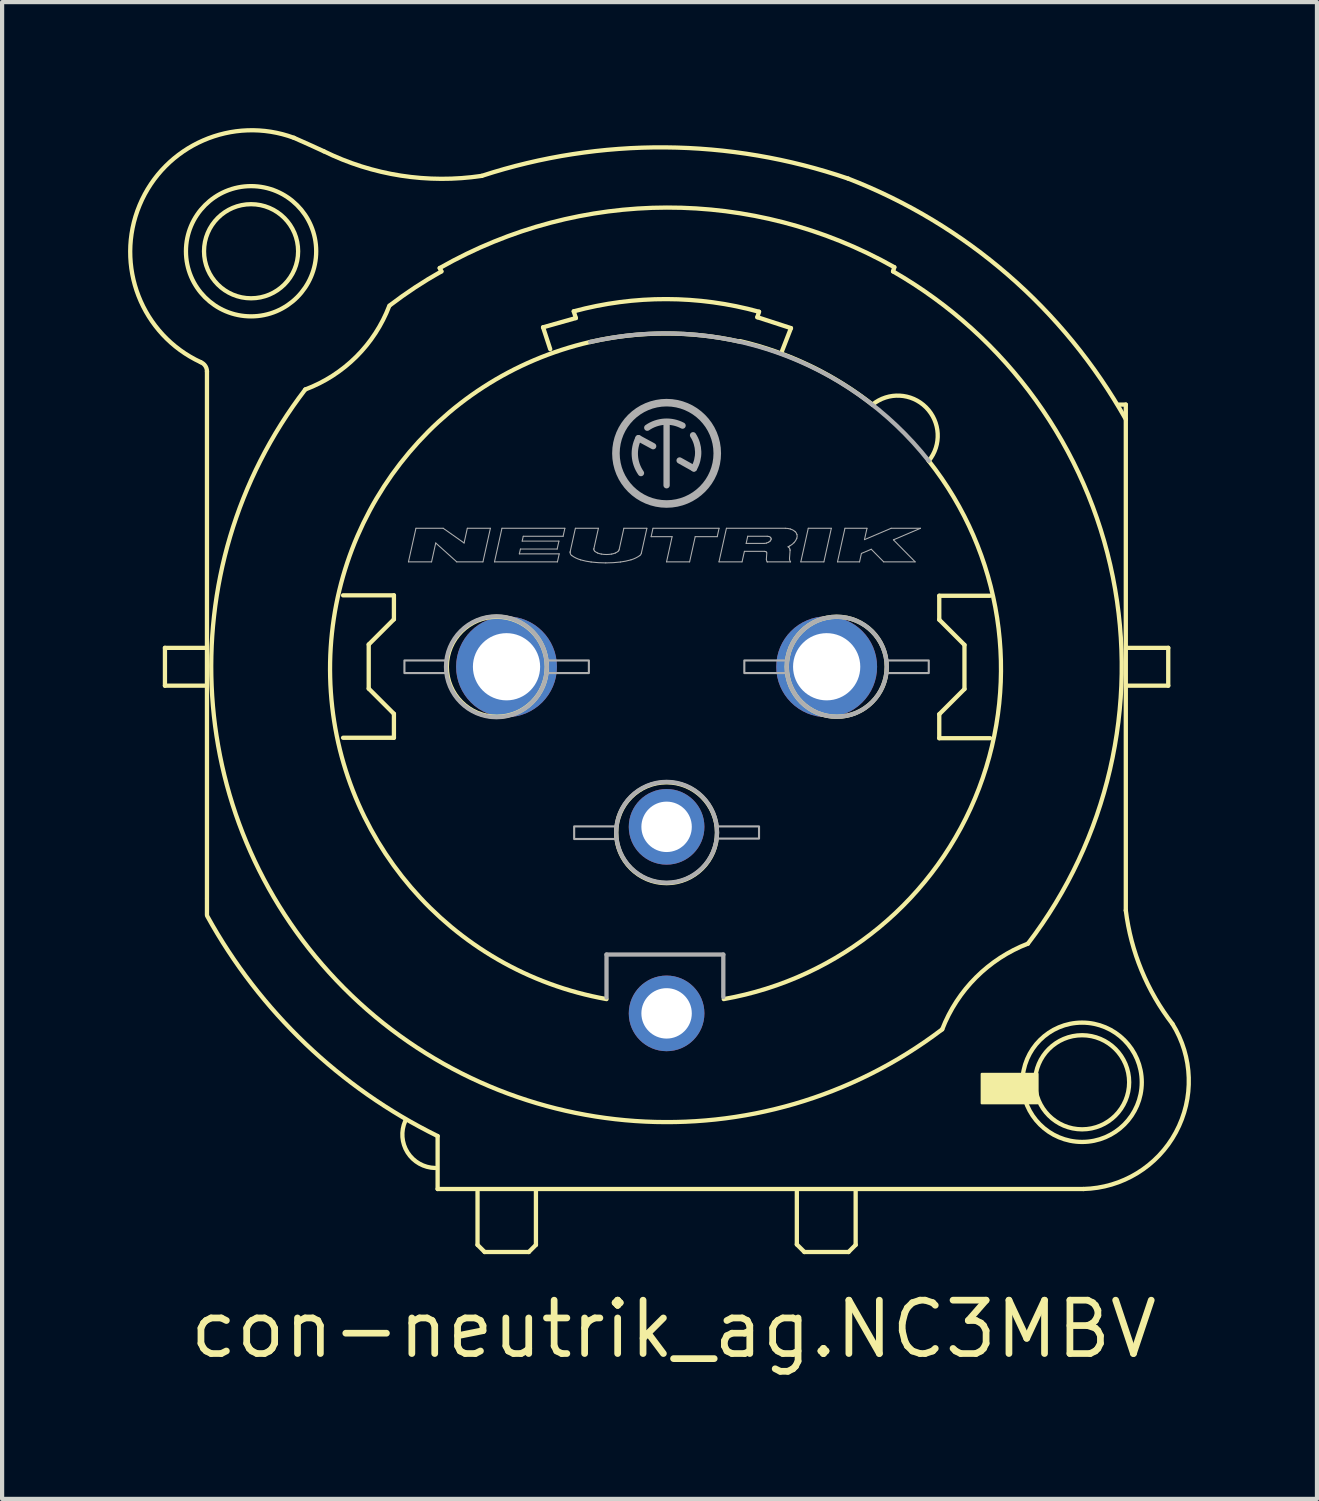
<source format=kicad_pcb>
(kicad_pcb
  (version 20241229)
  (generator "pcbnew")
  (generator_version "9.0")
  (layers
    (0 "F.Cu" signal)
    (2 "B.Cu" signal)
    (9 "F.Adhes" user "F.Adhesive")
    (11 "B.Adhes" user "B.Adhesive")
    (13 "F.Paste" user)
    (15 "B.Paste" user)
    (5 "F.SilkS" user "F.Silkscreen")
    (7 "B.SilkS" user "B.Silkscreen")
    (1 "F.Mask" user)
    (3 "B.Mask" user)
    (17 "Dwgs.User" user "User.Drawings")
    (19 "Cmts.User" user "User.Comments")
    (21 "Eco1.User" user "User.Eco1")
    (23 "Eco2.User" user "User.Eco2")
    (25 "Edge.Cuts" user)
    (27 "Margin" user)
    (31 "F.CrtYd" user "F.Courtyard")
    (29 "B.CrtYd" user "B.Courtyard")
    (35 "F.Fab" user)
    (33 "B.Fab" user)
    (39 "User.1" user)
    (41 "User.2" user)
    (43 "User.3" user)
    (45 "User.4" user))
  (footprint "con-neutrik_ag.NC3MBV"
    (layer "F.Cu")
    (at 12.816 12.82)
    (property "Reference" "con-neutrik_ag.NC3MBV" (at -11.43 16.51 0) (layer "F.SilkS") (effects (font (size 1.27 1.27) (thickness 0.16)) (justify left bottom)))
    (attr through_hole)
    (fp_line (start -11.94 -0.45) (end -11.94 0.45) (stroke (width 0.102) (type default)) (layer "F.SilkS"))
    (fp_line (start -11.94 0.45) (end -10.99 0.45) (stroke (width 0.102) (type default)) (layer "F.SilkS"))
    (fp_line (start -10.99 -0.45) (end -11.94 -0.45) (stroke (width 0.102) (type default)) (layer "F.SilkS"))
    (fp_line (start -10.94 5.5) (end -10.94 -7.03) (stroke (width 0.102) (type default)) (layer "F.SilkS"))
    (fp_line (start -10.94 5.91) (end -10.94 5.52) (stroke (width 0.102) (type default)) (layer "F.SilkS"))
    (fp_line (start -7.7 -1.7) (end -6.49 -1.7) (stroke (width 0.102) (type default)) (layer "F.SilkS"))
    (fp_line (start -7.09 -0.53) (end -7.09 0.52) (stroke (width 0.102) (type default)) (layer "F.SilkS"))
    (fp_line (start -7.09 0.52) (end -6.49 1.12) (stroke (width 0.102) (type default)) (layer "F.SilkS"))
    (fp_line (start -6.49 -1.7) (end -6.49 -1.13) (stroke (width 0.102) (type default)) (layer "F.SilkS"))
    (fp_line (start -6.49 -1.13) (end -7.09 -0.53) (stroke (width 0.102) (type default)) (layer "F.SilkS"))
    (fp_line (start -6.49 1.12) (end -6.49 1.69) (stroke (width 0.102) (type default)) (layer "F.SilkS"))
    (fp_line (start -6.49 1.69) (end -7.7 1.69) (stroke (width 0.102) (type default)) (layer "F.SilkS"))
    (fp_line (start -5.45 11.17) (end -5.45 12.43) (stroke (width 0.102) (type default)) (layer "F.SilkS"))
    (fp_line (start -5.45 12.43) (end 9.92 12.43) (stroke (width 0.102) (type default)) (layer "F.SilkS"))
    (fp_line (start -5.4 -9.49) (end -5.36 -9.41) (stroke (width 0.102) (type default)) (layer "F.SilkS"))
    (fp_line (start -4.5 12.49) (end -4.5 13.76) (stroke (width 0.102) (type default)) (layer "F.SilkS"))
    (fp_line (start -4.5 13.76) (end -4.33 13.93) (stroke (width 0.102) (type default)) (layer "F.SilkS"))
    (fp_line (start -4.33 13.93) (end -3.28 13.93) (stroke (width 0.102) (type default)) (layer "F.SilkS"))
    (fp_line (start -3.28 13.93) (end -3.11 13.76) (stroke (width 0.102) (type default)) (layer "F.SilkS"))
    (fp_line (start -3.11 13.76) (end -3.11 12.47) (stroke (width 0.102) (type default)) (layer "F.SilkS"))
    (fp_line (start -2.94 -8.08) (end -2.16 -8.3) (stroke (width 0.102) (type default)) (layer "F.SilkS"))
    (fp_line (start -2.77 -7.56) (end -2.94 -8.08) (stroke (width 0.102) (type default)) (layer "F.SilkS"))
    (fp_line (start -2.16 -8.3) (end -2.21 -8.46) (stroke (width 0.102) (type default)) (layer "F.SilkS"))
    (fp_line (start 2.16 -8.32) (end 2.96 -8.06) (stroke (width 0.102) (type default)) (layer "F.SilkS"))
    (fp_line (start 2.2 -8.45) (end 2.16 -8.32) (stroke (width 0.102) (type default)) (layer "F.SilkS"))
    (fp_line (start 2.96 -8.06) (end 2.75 -7.52) (stroke (width 0.102) (type default)) (layer "F.SilkS"))
    (fp_line (start 3.1 12.49) (end 3.1 13.75) (stroke (width 0.102) (type default)) (layer "F.SilkS"))
    (fp_line (start 3.1 13.75) (end 3.28 13.93) (stroke (width 0.102) (type default)) (layer "F.SilkS"))
    (fp_line (start 3.28 13.93) (end 4.33 13.93) (stroke (width 0.102) (type default)) (layer "F.SilkS"))
    (fp_line (start 4.33 13.93) (end 4.5 13.76) (stroke (width 0.102) (type default)) (layer "F.SilkS"))
    (fp_line (start 4.5 13.76) (end 4.5 12.48) (stroke (width 0.102) (type default)) (layer "F.SilkS"))
    (fp_line (start 5.39 -9.41) (end 5.42 -9.51) (stroke (width 0.102) (type default)) (layer "F.SilkS"))
    (fp_line (start 6.49 -1.69) (end 7.7 -1.69) (stroke (width 0.102) (type default)) (layer "F.SilkS"))
    (fp_line (start 6.49 -1.12) (end 6.49 -1.69) (stroke (width 0.102) (type default)) (layer "F.SilkS"))
    (fp_line (start 6.49 1.13) (end 7.09 0.53) (stroke (width 0.102) (type default)) (layer "F.SilkS"))
    (fp_line (start 6.49 1.7) (end 6.49 1.13) (stroke (width 0.102) (type default)) (layer "F.SilkS"))
    (fp_line (start 7.09 -0.52) (end 6.49 -1.12) (stroke (width 0.102) (type default)) (layer "F.SilkS"))
    (fp_line (start 7.09 0.53) (end 7.09 -0.52) (stroke (width 0.102) (type default)) (layer "F.SilkS"))
    (fp_line (start 7.7 1.7) (end 6.49 1.7) (stroke (width 0.102) (type default)) (layer "F.SilkS"))
    (fp_line (start 10.93 -6.24) (end 10.77 -6.24) (stroke (width 0.102) (type default)) (layer "F.SilkS"))
    (fp_line (start 10.93 5.8) (end 10.93 -6.24) (stroke (width 0.102) (type default)) (layer "F.SilkS"))
    (fp_line (start 10.97 -0.45) (end 11.94 -0.45) (stroke (width 0.102) (type default)) (layer "F.SilkS"))
    (fp_line (start 11.94 -0.45) (end 11.94 0.45) (stroke (width 0.102) (type default)) (layer "F.SilkS"))
    (fp_line (start 11.94 0.45) (end 10.97 0.45) (stroke (width 0.102) (type default)) (layer "F.SilkS"))
    (fp_rect (start 7.5 10.39) (end 8.83 9.69) (stroke (width 0.05) (type default)) (fill yes) (layer "F.SilkS"))
    (fp_arc (start -11.09 -7.25) (mid -10.981062 -7.163139) (end -10.94 -7.03) (stroke (width 0.1016) (type default)) (layer "F.SilkS"))
    (fp_arc (start -11.09 -7.25) (mid -12.543512 -10.98573) (end -8.87 -12.59) (stroke (width 0.1016) (type default)) (layer "F.SilkS"))
    (fp_arc (start -8.87 -12.59) (mid -8.514255 -12.431652) (end -8.16 -12.27) (stroke (width 0.1016) (type default)) (layer "F.SilkS"))
    (fp_arc (start -6.6 -8.59) (mid -7.385865 -7.379789) (end -8.6 -6.6) (stroke (width 0.1016) (type default)) (layer "F.SilkS"))
    (fp_arc (start -6.59 -8.6) (mid -5.989419 -9.026896) (end -5.36 -9.41) (stroke (width 0.1016) (type default)) (layer "F.SilkS"))
    (fp_arc (start -5.51 11.93) (mid -6.165298 11.560367) (end -6.22 10.81) (stroke (width 0.1016) (type default)) (layer "F.SilkS"))
    (fp_arc (start -5.45 11.17) (mid -8.591551 8.975746) (end -10.93 5.94) (stroke (width 0.1016) (type default)) (layer "F.SilkS"))
    (fp_arc (start -5.4 -9.49) (mid 0.007357 -10.929608) (end 5.42 -9.51) (stroke (width 0.1016) (type default)) (layer "F.SilkS"))
    (fp_arc (start -4.3995 -11.6841) (mid -6.324542 -11.689558) (end -8.16 -12.27) (stroke (width 0.1016) (type default)) (layer "F.SilkS"))
    (fp_arc (start -4.3975 -11.6846) (mid -0.033882 -12.361943) (end 4.3192 -11.6199) (stroke (width 0.1016) (type default)) (layer "F.SilkS"))
    (fp_arc (start -2.21 -8.46) (mid -0.004329 -8.750808) (end 2.2 -8.45) (stroke (width 0.1016) (type default)) (layer "F.SilkS"))
    (fp_arc (start -1.82 -7.73) (mid -0.040554 -7.932105) (end 1.74 -7.74) (stroke (width 0.1016) (type default)) (layer "F.SilkS"))
    (fp_arc (start -1.43 7.91) (mid -8.007804 0.249162) (end -1.82 -7.73) (stroke (width 0.1016) (type default)) (layer "F.SilkS"))
    (fp_arc (start 1.75 -7.75) (mid 3.407463 -7.167026) (end 4.9 -6.24) (stroke (width 0.1016) (type default)) (layer "F.SilkS"))
    (fp_arc (start 4.3216 -11.6192) (mid 8.124325 -9.329629) (end 10.93 -5.89) (stroke (width 0.1016) (type default)) (layer "F.SilkS"))
    (fp_arc (start 4.9 -6.24) (mid 6.174454 -6.174454) (end 6.24 -4.9) (stroke (width 0.1016) (type default)) (layer "F.SilkS"))
    (fp_arc (start 5.39 -9.41) (mid 10.621563 -2.137579) (end 8.6 6.59) (stroke (width 0.1016) (type default)) (layer "F.SilkS"))
    (fp_arc (start 6.24 -4.9) (mid 7.436813 2.890453) (end 1.36 7.91) (stroke (width 0.1016) (type default)) (layer "F.SilkS"))
    (fp_arc (start 6.56 8.63) (mid -7.680581 7.644968) (end -8.6 -6.6) (stroke (width 0.1016) (type default)) (layer "F.SilkS"))
    (fp_arc (start 6.56 8.63) (mid 7.3644 7.3944) (end 8.6 6.59) (stroke (width 0.1016) (type default)) (layer "F.SilkS"))
    (fp_arc (start 12.04 8.5) (mid 12.121472 11.080756) (end 9.92 12.43) (stroke (width 0.1016) (type default)) (layer "F.SilkS"))
    (fp_arc (start 12.04 8.5) (mid 11.303815 7.224487) (end 10.93 5.8) (stroke (width 0.1016) (type default)) (layer "F.SilkS"))
    (fp_circle (center -9.89 -9.89) (end -8.77 -9.89) (stroke (width 0.102) (type default)) (fill no) (layer "F.SilkS"))
    (fp_circle (center -9.89 -9.89) (end -8.34 -9.89) (stroke (width 0.102) (type default)) (fill no) (layer "F.SilkS"))
    (fp_circle (center -4.04 0) (end -2.85 0) (stroke (width 0.102) (type default)) (fill no) (layer "F.SilkS"))
    (fp_circle (center 0 3.95) (end 1.2 3.95) (stroke (width 0.102) (type default)) (fill no) (layer "F.SilkS"))
    (fp_circle (center 4.05 0) (end 5.24 0) (stroke (width 0.102) (type default)) (fill no) (layer "F.SilkS"))
    (fp_circle (center 9.89 9.89) (end 11.01 9.89) (stroke (width 0.102) (type default)) (fill no) (layer "F.SilkS"))
    (fp_circle (center 9.89 9.89) (end 11.31 9.89) (stroke (width 0.102) (type default)) (fill no) (layer "F.SilkS"))
    (fp_line (start -6.144 -2.497) (end -5.966 -3.296) (stroke (width 0.025) (type default)) (layer "F.Fab"))
    (fp_line (start -6.144 -2.497) (end -5.594 -2.497) (stroke (width 0.025) (type default)) (layer "F.Fab"))
    (fp_line (start -5.966 -3.296) (end -5.317 -3.296) (stroke (width 0.025) (type default)) (layer "F.Fab"))
    (fp_line (start -5.594 -2.497) (end -5.495 -2.946) (stroke (width 0.025) (type default)) (layer "F.Fab"))
    (fp_line (start -5.495 -2.946) (end -4.995 -2.497) (stroke (width 0.025) (type default)) (layer "F.Fab"))
    (fp_line (start -5.317 -3.296) (end -4.82 -2.946) (stroke (width 0.025) (type default)) (layer "F.Fab"))
    (fp_line (start -4.995 -2.497) (end -4.371 -2.497) (stroke (width 0.025) (type default)) (layer "F.Fab"))
    (fp_line (start -4.82 -2.946) (end -4.743 -3.296) (stroke (width 0.025) (type default)) (layer "F.Fab"))
    (fp_line (start -4.743 -3.296) (end -4.194 -3.296) (stroke (width 0.025) (type default)) (layer "F.Fab"))
    (fp_line (start -4.371 -2.497) (end -4.194 -3.296) (stroke (width 0.025) (type default)) (layer "F.Fab"))
    (fp_line (start -4.096 -2.497) (end -3.919 -3.296) (stroke (width 0.025) (type default)) (layer "F.Fab"))
    (fp_line (start -4.096 -2.497) (end -2.598 -2.497) (stroke (width 0.025) (type default)) (layer "F.Fab"))
    (fp_line (start -3.919 -3.296) (end -2.421 -3.296) (stroke (width 0.025) (type default)) (layer "F.Fab"))
    (fp_line (start -3.505 -2.687) (end -3.479 -2.802) (stroke (width 0.025) (type default)) (layer "F.Fab"))
    (fp_line (start -3.505 -2.687) (end -2.556 -2.687) (stroke (width 0.025) (type default)) (layer "F.Fab"))
    (fp_line (start -3.479 -2.802) (end -2.605 -2.802) (stroke (width 0.025) (type default)) (layer "F.Fab"))
    (fp_line (start -3.437 -2.991) (end -3.412 -3.106) (stroke (width 0.025) (type default)) (layer "F.Fab"))
    (fp_line (start -3.437 -2.991) (end -2.563 -2.991) (stroke (width 0.025) (type default)) (layer "F.Fab"))
    (fp_line (start -3.412 -3.106) (end -2.463 -3.106) (stroke (width 0.025) (type default)) (layer "F.Fab"))
    (fp_line (start -2.605 -2.802) (end -2.563 -2.991) (stroke (width 0.025) (type default)) (layer "F.Fab"))
    (fp_line (start -2.598 -2.497) (end -2.556 -2.687) (stroke (width 0.025) (type default)) (layer "F.Fab"))
    (fp_line (start -2.463 -3.106) (end -2.421 -3.296) (stroke (width 0.025) (type default)) (layer "F.Fab"))
    (fp_line (start -2.294 -2.741) (end -2.171 -3.296) (stroke (width 0.025) (type default)) (layer "F.Fab"))
    (fp_line (start -2.171 -3.296) (end -1.623 -3.296) (stroke (width 0.025) (type default)) (layer "F.Fab"))
    (fp_line (start -1.731 -2.81) (end -1.623 -3.296) (stroke (width 0.025) (type default)) (layer "F.Fab"))
    (fp_line (start -1.43 6.85) (end 1.35 6.85) (stroke (width 0.102) (type default)) (layer "F.Fab"))
    (fp_line (start -1.43 7.87) (end -1.43 6.85) (stroke (width 0.102) (type default)) (layer "F.Fab"))
    (fp_line (start -1.13 -2.784) (end -1.017 -3.296) (stroke (width 0.025) (type default)) (layer "F.Fab"))
    (fp_line (start -1.017 -3.296) (end -0.469 -3.296) (stroke (width 0.025) (type default)) (layer "F.Fab"))
    (fp_line (start -0.67 -5.44) (end -0.32 -5.25) (stroke (width 0.15) (type default)) (layer "F.Fab"))
    (fp_line (start -0.601 -2.702) (end -0.469 -3.296) (stroke (width 0.025) (type default)) (layer "F.Fab"))
    (fp_line (start -0.368 -3.096) (end -0.324 -3.296) (stroke (width 0.025) (type default)) (layer "F.Fab"))
    (fp_line (start -0.368 -3.096) (end 0.131 -3.096) (stroke (width 0.025) (type default)) (layer "F.Fab"))
    (fp_line (start -0.324 -3.296) (end 1.249 -3.296) (stroke (width 0.025) (type default)) (layer "F.Fab"))
    (fp_line (start -0.001 -2.497) (end 0.131 -3.096) (stroke (width 0.025) (type default)) (layer "F.Fab"))
    (fp_line (start -0.001 -2.497) (end 0.548 -2.497) (stroke (width 0.025) (type default)) (layer "F.Fab"))
    (fp_line (start 0 -4.32) (end 0 -5.82) (stroke (width 0.15) (type default)) (layer "F.Fab"))
    (fp_line (start 0.31 -4.91) (end 0.65 -4.72) (stroke (width 0.15) (type default)) (layer "F.Fab"))
    (fp_line (start 0.548 -2.497) (end 0.681 -3.096) (stroke (width 0.025) (type default)) (layer "F.Fab"))
    (fp_line (start 0.681 -3.096) (end 1.205 -3.096) (stroke (width 0.025) (type default)) (layer "F.Fab"))
    (fp_line (start 1.205 -3.096) (end 1.249 -3.296) (stroke (width 0.025) (type default)) (layer "F.Fab"))
    (fp_line (start 1.247 -2.497) (end 1.424 -3.296) (stroke (width 0.025) (type default)) (layer "F.Fab"))
    (fp_line (start 1.247 -2.497) (end 1.796 -2.497) (stroke (width 0.025) (type default)) (layer "F.Fab"))
    (fp_line (start 1.35 6.85) (end 1.35 7.86) (stroke (width 0.102) (type default)) (layer "F.Fab"))
    (fp_line (start 1.424 -3.296) (end 2.826 -3.296) (stroke (width 0.025) (type default)) (layer "F.Fab"))
    (fp_line (start 1.796 -2.497) (end 1.852 -2.747) (stroke (width 0.025) (type default)) (layer "F.Fab"))
    (fp_line (start 1.852 -2.747) (end 2.328 -2.747) (stroke (width 0.025) (type default)) (layer "F.Fab"))
    (fp_line (start 1.894 -2.936) (end 1.931 -3.106) (stroke (width 0.025) (type default)) (layer "F.Fab"))
    (fp_line (start 1.894 -2.936) (end 2.321 -2.936) (stroke (width 0.025) (type default)) (layer "F.Fab"))
    (fp_line (start 1.931 -3.106) (end 2.394 -3.106) (stroke (width 0.025) (type default)) (layer "F.Fab"))
    (fp_line (start 2.375 -2.561) (end 2.385 -2.707) (stroke (width 0.025) (type default)) (layer "F.Fab"))
    (fp_line (start 2.394 -2.497) (end 2.394 -2.497) (stroke (width 0.025) (type default)) (layer "F.Fab"))
    (fp_line (start 2.394 -2.497) (end 2.95 -2.497) (stroke (width 0.025) (type default)) (layer "F.Fab"))
    (fp_line (start 2.926 -2.581) (end 2.939 -2.767) (stroke (width 0.025) (type default)) (layer "F.Fab"))
    (fp_line (start 3.195 -2.497) (end 3.372 -3.296) (stroke (width 0.025) (type default)) (layer "F.Fab"))
    (fp_line (start 3.195 -2.497) (end 3.744 -2.497) (stroke (width 0.025) (type default)) (layer "F.Fab"))
    (fp_line (start 3.372 -3.296) (end 3.921 -3.296) (stroke (width 0.025) (type default)) (layer "F.Fab"))
    (fp_line (start 3.744 -2.497) (end 3.921 -3.296) (stroke (width 0.025) (type default)) (layer "F.Fab"))
    (fp_line (start 4.068 -2.497) (end 4.245 -3.296) (stroke (width 0.025) (type default)) (layer "F.Fab"))
    (fp_line (start 4.068 -2.497) (end 4.593 -2.497) (stroke (width 0.025) (type default)) (layer "F.Fab"))
    (fp_line (start 4.245 -3.296) (end 4.77 -3.296) (stroke (width 0.025) (type default)) (layer "F.Fab"))
    (fp_line (start 4.593 -2.497) (end 4.637 -2.697) (stroke (width 0.025) (type default)) (layer "F.Fab"))
    (fp_line (start 4.637 -2.697) (end 4.871 -2.797) (stroke (width 0.025) (type default)) (layer "F.Fab"))
    (fp_line (start 4.71 -3.026) (end 4.77 -3.296) (stroke (width 0.025) (type default)) (layer "F.Fab"))
    (fp_line (start 4.71 -3.026) (end 5.344 -3.296) (stroke (width 0.025) (type default)) (layer "F.Fab"))
    (fp_line (start 4.871 -2.797) (end 5.167 -2.497) (stroke (width 0.025) (type default)) (layer "F.Fab"))
    (fp_line (start 5.167 -2.497) (end 5.916 -2.497) (stroke (width 0.025) (type default)) (layer "F.Fab"))
    (fp_line (start 5.344 -3.296) (end 6.043 -3.296) (stroke (width 0.025) (type default)) (layer "F.Fab"))
    (fp_line (start 5.399 -3.021) (end 5.916 -2.497) (stroke (width 0.025) (type default)) (layer "F.Fab"))
    (fp_line (start 5.399 -3.021) (end 6.043 -3.296) (stroke (width 0.025) (type default)) (layer "F.Fab"))
    (fp_rect (start -6.24 0.15) (end -5.25 -0.15) (stroke (width 0.05) (type default)) (fill no) (layer "F.Fab"))
    (fp_rect (start -2.85 0.15) (end -1.85 -0.15) (stroke (width 0.05) (type default)) (fill no) (layer "F.Fab"))
    (fp_rect (start -2.2 4.1) (end -1.18 3.8) (stroke (width 0.05) (type default)) (fill no) (layer "F.Fab"))
    (fp_rect (start 1.19 4.09) (end 2.2 3.8) (stroke (width 0.05) (type default)) (fill no) (layer "F.Fab"))
    (fp_rect (start 1.85 0.15) (end 2.85 -0.15) (stroke (width 0.05) (type default)) (fill no) (layer "F.Fab"))
    (fp_rect (start 5.25 0.15) (end 6.24 -0.15) (stroke (width 0.05) (type default)) (fill no) (layer "F.Fab"))
    (fp_arc (start -2.2964 -2.7217) (mid -2.295867 -2.731456) (end -2.2943 -2.7411) (stroke (width 0.0254) (type default)) (layer "F.Fab"))
    (fp_arc (start -2.2578 -2.6471) (mid -2.286121 -2.679718) (end -2.2963 -2.7217) (stroke (width 0.0254) (type default)) (layer "F.Fab"))
    (fp_arc (start -2.0477 -2.5452) (mid -2.156985 -2.587418) (end -2.2578 -2.6471) (stroke (width 0.0254) (type default)) (layer "F.Fab"))
    (fp_arc (start -1.82 -7.73) (mid 2.620286 -7.483518) (end 6.24 -4.9) (stroke (width 0.1016) (type default)) (layer "F.Fab"))
    (fp_arc (start -1.796 -2.4932) (mid -1.922923 -2.514007) (end -2.0477 -2.5452) (stroke (width 0.0254) (type default)) (layer "F.Fab"))
    (fp_arc (start -1.7326 -2.7966) (mid -1.732234 -2.803244) (end -1.7311 -2.8098) (stroke (width 0.0254) (type default)) (layer "F.Fab"))
    (fp_arc (start -1.7159 -2.7561) (mid -1.728335 -2.774676) (end -1.7327 -2.7966) (stroke (width 0.0254) (type default)) (layer "F.Fab"))
    (fp_arc (start -1.6443 -2.7083) (mid -1.682454 -2.728674) (end -1.7159 -2.7561) (stroke (width 0.0254) (type default)) (layer "F.Fab"))
    (fp_arc (start -1.5538 -2.6822) (mid -1.599779 -2.692723) (end -1.6443 -2.7083) (stroke (width 0.0254) (type default)) (layer "F.Fab"))
    (fp_arc (start -1.4474 -2.4721) (mid -1.62202 -2.477365) (end -1.796 -2.4932) (stroke (width 0.0254) (type default)) (layer "F.Fab"))
    (fp_arc (start -1.4308 -2.6718) (mid -1.492521 -2.674388) (end -1.5538 -2.6822) (stroke (width 0.0254) (type default)) (layer "F.Fab"))
    (fp_arc (start -1.3079 -2.6822) (mid -1.369129 -2.67439) (end -1.4308 -2.6718) (stroke (width 0.0254) (type default)) (layer "F.Fab"))
    (fp_arc (start -1.2174 -2.7083) (mid -1.261921 -2.692723) (end -1.3079 -2.6822) (stroke (width 0.0254) (type default)) (layer "F.Fab"))
    (fp_arc (start -1.1458 -2.7561) (mid -1.179246 -2.728674) (end -1.2174 -2.7083) (stroke (width 0.0254) (type default)) (layer "F.Fab"))
    (fp_arc (start -1.1304 -2.7839) (mid -1.136132 -2.76891) (end -1.1458 -2.7561) (stroke (width 0.0254) (type default)) (layer "F.Fab"))
    (fp_arc (start -1.0989 -2.4931) (mid -1.27283 -2.477266) (end -1.4474 -2.472) (stroke (width 0.0254) (type default)) (layer "F.Fab"))
    (fp_arc (start -0.8472 -2.5452) (mid -0.971977 -2.514007) (end -1.0989 -2.4932) (stroke (width 0.0254) (type default)) (layer "F.Fab"))
    (fp_arc (start -0.6371 -2.6471) (mid -0.737916 -2.587421) (end -0.8472 -2.5452) (stroke (width 0.0254) (type default)) (layer "F.Fab"))
    (fp_arc (start -0.61 -4.61) (mid -0.754744 -5.016705) (end -0.67 -5.44) (stroke (width 0.15) (type default)) (layer "F.Fab"))
    (fp_arc (start -0.6007 -2.7023) (mid -0.613738 -2.671296) (end -0.6371 -2.6471) (stroke (width 0.0254) (type default)) (layer "F.Fab"))
    (fp_arc (start -0.46 -5.69) (mid -0.047007 -5.832716) (end 0.38 -5.74) (stroke (width 0.15) (type default)) (layer "F.Fab"))
    (fp_arc (start 0.63 -5.51) (mid 0.752066 -5.117837) (end 0.65 -4.72) (stroke (width 0.15) (type default)) (layer "F.Fab"))
    (fp_arc (start 2.3283 -2.7467) (mid 2.340566 -2.745829) (end 2.3526 -2.7433) (stroke (width 0.0254) (type default)) (layer "F.Fab"))
    (fp_arc (start 2.3526 -2.7432) (mid 2.364222 -2.738519) (end 2.3746 -2.7315) (stroke (width 0.0254) (type default)) (layer "F.Fab"))
    (fp_arc (start 2.3746 -2.7315) (mid 2.380482 -2.724772) (end 2.3841 -2.7166) (stroke (width 0.0254) (type default)) (layer "F.Fab"))
    (fp_arc (start 2.3785 -2.9442) (mid 2.349756 -2.938398) (end 2.3205 -2.9364) (stroke (width 0.0254) (type default)) (layer "F.Fab"))
    (fp_arc (start 2.3943 -2.497) (mid 2.380142 -2.527484) (end 2.375 -2.5607) (stroke (width 0.0254) (type default)) (layer "F.Fab"))
    (fp_arc (start 2.3944 -3.1062) (mid 2.414793 -3.104721) (end 2.4348 -3.1005) (stroke (width 0.0254) (type default)) (layer "F.Fab"))
    (fp_arc (start 2.4288 -2.9645) (mid 2.404262 -2.952875) (end 2.3785 -2.9443) (stroke (width 0.0254) (type default)) (layer "F.Fab"))
    (fp_arc (start 2.4348 -3.1005) (mid 2.454244 -3.09272) (end 2.4716 -3.081) (stroke (width 0.0254) (type default)) (layer "F.Fab"))
    (fp_arc (start 2.4641 -2.9914) (mid 2.447446 -2.976643) (end 2.4288 -2.9645) (stroke (width 0.0254) (type default)) (layer "F.Fab"))
    (fp_arc (start 2.4716 -3.081) (mid 2.481397 -3.069754) (end 2.4874 -3.0561) (stroke (width 0.0254) (type default)) (layer "F.Fab"))
    (fp_arc (start 2.4861 -3.0267) (mid 2.476985 -3.007875) (end 2.4641 -2.9914) (stroke (width 0.0254) (type default)) (layer "F.Fab"))
    (fp_arc (start 2.4874 -3.0561) (mid 2.488997 -3.041301) (end 2.4861 -3.0267) (stroke (width 0.0254) (type default)) (layer "F.Fab"))
    (fp_arc (start 2.8259 -3.296) (mid 2.886677 -3.291588) (end 2.9463 -3.279) (stroke (width 0.0254) (type default)) (layer "F.Fab"))
    (fp_arc (start 2.8917 -2.8549) (mid 2.899191 -2.849485) (end 2.9064 -2.8437) (stroke (width 0.0254) (type default)) (layer "F.Fab"))
    (fp_arc (start 2.9064 -2.8437) (mid 2.924646 -2.822802) (end 2.9358 -2.7974) (stroke (width 0.0254) (type default)) (layer "F.Fab"))
    (fp_arc (start 2.9282 -2.8737) (mid 2.910094 -2.86407) (end 2.8917 -2.855) (stroke (width 0.0254) (type default)) (layer "F.Fab"))
    (fp_arc (start 2.9358 -2.7974) (mid 2.93855 -2.782173) (end 2.9387 -2.7667) (stroke (width 0.0254) (type default)) (layer "F.Fab"))
    (fp_arc (start 2.9463 -3.279) (mid 3.004211 -3.255758) (end 3.0559 -3.2208) (stroke (width 0.0254) (type default)) (layer "F.Fab"))
    (fp_arc (start 2.9503 -2.497) (mid 2.930467 -2.536583) (end 2.9257 -2.5806) (stroke (width 0.0254) (type default)) (layer "F.Fab"))
    (fp_arc (start 3.0334 -2.9539) (mid 2.983769 -2.909906) (end 2.9282 -2.8737) (stroke (width 0.0254) (type default)) (layer "F.Fab"))
    (fp_arc (start 3.0559 -3.2208) (mid 3.085071 -3.187347) (end 3.1029 -3.1467) (stroke (width 0.0254) (type default)) (layer "F.Fab"))
    (fp_arc (start 3.0992 -3.0591) (mid 3.071923 -3.002983) (end 3.0334 -2.9539) (stroke (width 0.0254) (type default)) (layer "F.Fab"))
    (fp_arc (start 3.1029 -3.1467) (mid 3.107748 -3.102617) (end 3.0992 -3.0591) (stroke (width 0.0254) (type default)) (layer "F.Fab"))
    (fp_circle (center -4.05 0) (end -2.85 0) (stroke (width 0.102) (type default)) (fill no) (layer "F.Fab"))
    (fp_circle (center 0 -5.08) (end 1.206 -5.08) (stroke (width 0.18) (type default)) (fill no) (layer "F.Fab"))
    (fp_circle (center 0 3.94) (end 1.2 3.94) (stroke (width 0.102) (type default)) (fill no) (layer "F.Fab"))
    (fp_circle (center 4.05 0) (end 5.24 0) (stroke (width 0.102) (type default)) (fill no) (layer "F.Fab"))
    (pad "1" thru_hole circle (at -3.81 0) (size 2.4 2.4) (drill 1.6) (layers "*.Cu" "*.Mask"))
    (pad "2" thru_hole circle (at 3.81 0) (size 2.4 2.4) (drill 1.6) (layers "*.Cu" "*.Mask"))
    (pad "3" thru_hole circle (at 0 3.81) (size 1.8 1.8) (drill 1.2) (layers "*.Cu" "*.Mask"))
    (pad "G" thru_hole circle (at 0 8.25) (size 1.8 1.8) (drill 1.2) (layers "*.Cu" "*.Mask")))
  (gr_rect
    (start -3 -3)
    (end 28.296 32.627)
    (stroke (width 0.1) (type default))
    (fill no)
    (layer "Edge.Cuts")))
</source>
